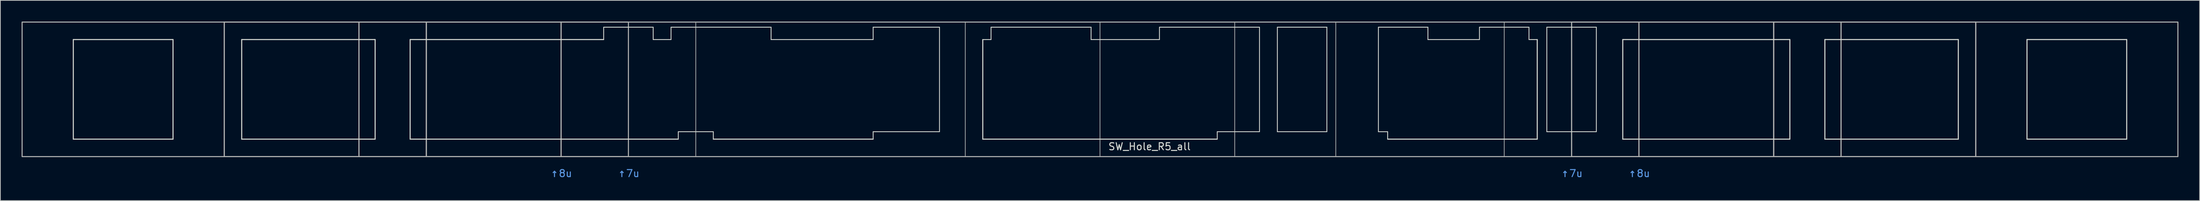
<source format=kicad_pcb>
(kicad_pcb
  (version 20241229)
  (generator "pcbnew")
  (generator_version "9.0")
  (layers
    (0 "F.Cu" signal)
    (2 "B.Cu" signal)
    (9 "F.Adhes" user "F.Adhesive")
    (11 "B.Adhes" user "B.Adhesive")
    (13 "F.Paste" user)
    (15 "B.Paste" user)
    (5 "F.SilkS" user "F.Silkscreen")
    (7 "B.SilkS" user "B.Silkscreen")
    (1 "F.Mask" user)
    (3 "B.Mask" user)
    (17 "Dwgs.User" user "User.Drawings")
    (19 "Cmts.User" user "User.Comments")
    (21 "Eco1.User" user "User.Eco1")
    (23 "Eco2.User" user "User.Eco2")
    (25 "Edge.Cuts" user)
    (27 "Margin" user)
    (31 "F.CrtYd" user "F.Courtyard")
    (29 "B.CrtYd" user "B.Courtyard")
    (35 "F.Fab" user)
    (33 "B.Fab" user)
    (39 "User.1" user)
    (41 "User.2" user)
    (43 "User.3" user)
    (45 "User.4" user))
  (footprint "SW_Hole_R5_all"
    (layer "F.Cu")
    (at 152.475 9.6)
    (property "Reference" "SW_Hole_R5_all" (at 7 8.1 0) (layer "Edge.Cuts") (effects (font (size 1 1) (thickness 0.15))))
    (attr through_hole)
    (fp_line (start -145.162 -7.05) (end -131.062 -7.05) (stroke (width 0.15) (type solid)) (layer "Edge.Cuts"))
    (fp_line (start -145.162 7.05) (end -145.162 -7.05) (stroke (width 0.15) (type solid)) (layer "Edge.Cuts"))
    (fp_line (start -131.062 -7.05) (end -131.062 7.05) (stroke (width 0.15) (type solid)) (layer "Edge.Cuts"))
    (fp_line (start -131.062 7.05) (end -145.162 7.05) (stroke (width 0.15) (type solid)) (layer "Edge.Cuts"))
    (fp_line (start -121.35 -7.05) (end -102.487 -7.05) (stroke (width 0.15) (type solid)) (layer "Edge.Cuts"))
    (fp_line (start -121.35 7.05) (end -121.35 -7.05) (stroke (width 0.15) (type solid)) (layer "Edge.Cuts"))
    (fp_line (start -102.487 -7.05) (end -102.487 7.05) (stroke (width 0.15) (type solid)) (layer "Edge.Cuts"))
    (fp_line (start -102.487 7.05) (end -121.35 7.05) (stroke (width 0.15) (type solid)) (layer "Edge.Cuts"))
    (fp_line (start -97.537 -7.05) (end -70.175 -7.05) (stroke (width 0.15) (type solid)) (layer "Edge.Cuts"))
    (fp_line (start -97.537 7.05) (end -97.537 -7.05) (stroke (width 0.15) (type solid)) (layer "Edge.Cuts"))
    (fp_line (start -70.175 -7.05) (end -70.175 -8.8) (stroke (width 0.12) (type solid)) (layer "Edge.Cuts"))
    (fp_line (start -63.175 -8.8) (end -70.175 -8.8) (stroke (width 0.12) (type solid)) (layer "Edge.Cuts"))
    (fp_line (start -63.175 -8.8) (end -63.175 -7.05) (stroke (width 0.12) (type solid)) (layer "Edge.Cuts"))
    (fp_line (start -60.65 -8.8) (end -60.65 -7.05) (stroke (width 0.12) (type solid)) (layer "Edge.Cuts"))
    (fp_line (start -60.65 -7.05) (end -63.175 -7.05) (stroke (width 0.12) (type solid)) (layer "Edge.Cuts"))
    (fp_line (start -59.625 6) (end -59.625 7.05) (stroke (width 0.12) (type solid)) (layer "Edge.Cuts"))
    (fp_line (start -59.625 6) (end -54.675 6) (stroke (width 0.12) (type solid)) (layer "Edge.Cuts"))
    (fp_line (start -59.625 7.05) (end -97.537 7.05) (stroke (width 0.15) (type solid)) (layer "Edge.Cuts"))
    (fp_line (start -54.675 6) (end -54.675 7.05) (stroke (width 0.12) (type solid)) (layer "Edge.Cuts"))
    (fp_line (start -46.506 -8.8) (end -60.65 -8.8) (stroke (width 0.12) (type solid)) (layer "Edge.Cuts"))
    (fp_line (start -46.506 -8.8) (end -46.506 -7.05) (stroke (width 0.12) (type solid)) (layer "Edge.Cuts"))
    (fp_line (start -32.075 -8.8) (end -32.075 -7.05) (stroke (width 0.12) (type solid)) (layer "Edge.Cuts"))
    (fp_line (start -32.075 -8.8) (end -22.694 -8.8) (stroke (width 0.12) (type solid)) (layer "Edge.Cuts"))
    (fp_line (start -32.075 -7.05) (end -46.506 -7.05) (stroke (width 0.12) (type solid)) (layer "Edge.Cuts"))
    (fp_line (start -32.075 6) (end -32.075 7.05) (stroke (width 0.12) (type solid)) (layer "Edge.Cuts"))
    (fp_line (start -32.075 7.05) (end -54.675 7.05) (stroke (width 0.15) (type solid)) (layer "Edge.Cuts"))
    (fp_line (start -22.694 -8.8) (end -22.694 6) (stroke (width 0.12) (type solid)) (layer "Edge.Cuts"))
    (fp_line (start -22.694 6) (end -32.075 6) (stroke (width 0.12) (type solid)) (layer "Edge.Cuts"))
    (fp_line (start -16.575 7.05) (end -16.575 -7.05) (stroke (width 0.15) (type solid)) (layer "Edge.Cuts"))
    (fp_line (start -16.575 7.05) (end 16.575 7.05) (stroke (width 0.15) (type solid)) (layer "Edge.Cuts"))
    (fp_line (start -15.406 -8.8) (end -1.262 -8.8) (stroke (width 0.12) (type solid)) (layer "Edge.Cuts"))
    (fp_line (start -15.406 -7.05) (end -16.575 -7.05) (stroke (width 0.12) (type solid)) (layer "Edge.Cuts"))
    (fp_line (start -15.406 -7.05) (end -15.406 -8.8) (stroke (width 0.12) (type solid)) (layer "Edge.Cuts"))
    (fp_line (start -1.262 -7.05) (end -1.262 -8.8) (stroke (width 0.12) (type solid)) (layer "Edge.Cuts"))
    (fp_line (start 8.406 -8.8) (end 22.55 -8.8) (stroke (width 0.12) (type solid)) (layer "Edge.Cuts"))
    (fp_line (start 8.406 -7.05) (end -1.262 -7.05) (stroke (width 0.12) (type solid)) (layer "Edge.Cuts"))
    (fp_line (start 8.406 -7.05) (end 8.406 -8.8) (stroke (width 0.12) (type solid)) (layer "Edge.Cuts"))
    (fp_line (start 16.575 6) (end 16.575 7.05) (stroke (width 0.12) (type solid)) (layer "Edge.Cuts"))
    (fp_line (start 16.575 6) (end 22.55 6) (stroke (width 0.12) (type solid)) (layer "Edge.Cuts"))
    (fp_line (start 22.55 -8.8) (end 22.55 6) (stroke (width 0.12) (type solid)) (layer "Edge.Cuts"))
    (fp_line (start 25.075 -8.8) (end 32.075 -8.8) (stroke (width 0.12) (type solid)) (layer "Edge.Cuts"))
    (fp_line (start 25.075 6) (end 25.075 -8.8) (stroke (width 0.12) (type solid)) (layer "Edge.Cuts"))
    (fp_line (start 32.075 -8.8) (end 32.075 6) (stroke (width 0.12) (type solid)) (layer "Edge.Cuts"))
    (fp_line (start 32.075 6) (end 25.075 6) (stroke (width 0.12) (type solid)) (layer "Edge.Cuts"))
    (fp_line (start 39.362 -8.8) (end 46.362 -8.8) (stroke (width 0.12) (type solid)) (layer "Edge.Cuts"))
    (fp_line (start 39.362 6) (end 39.362 -8.8) (stroke (width 0.12) (type solid)) (layer "Edge.Cuts"))
    (fp_line (start 40.669 6) (end 39.362 6) (stroke (width 0.12) (type solid)) (layer "Edge.Cuts"))
    (fp_line (start 40.669 6) (end 40.669 7.05) (stroke (width 0.12) (type solid)) (layer "Edge.Cuts"))
    (fp_line (start 46.362 -7.05) (end 46.362 -8.8) (stroke (width 0.12) (type solid)) (layer "Edge.Cuts"))
    (fp_line (start 53.65 -8.8) (end 53.65 -7.05) (stroke (width 0.12) (type solid)) (layer "Edge.Cuts"))
    (fp_line (start 53.65 -8.8) (end 60.65 -8.8) (stroke (width 0.12) (type solid)) (layer "Edge.Cuts"))
    (fp_line (start 53.65 -7.05) (end 46.362 -7.05) (stroke (width 0.12) (type solid)) (layer "Edge.Cuts"))
    (fp_line (start 60.65 -8.8) (end 60.65 -7.05) (stroke (width 0.12) (type solid)) (layer "Edge.Cuts"))
    (fp_line (start 61.819 -7.05) (end 60.65 -7.05) (stroke (width 0.12) (type solid)) (layer "Edge.Cuts"))
    (fp_line (start 61.819 -7.05) (end 61.819 7.05) (stroke (width 0.15) (type solid)) (layer "Edge.Cuts"))
    (fp_line (start 61.819 7.05) (end 40.669 7.05) (stroke (width 0.15) (type solid)) (layer "Edge.Cuts"))
    (fp_line (start 63.175 -8.8) (end 70.175 -8.8) (stroke (width 0.12) (type solid)) (layer "Edge.Cuts"))
    (fp_line (start 63.175 6) (end 63.175 -8.8) (stroke (width 0.12) (type solid)) (layer "Edge.Cuts"))
    (fp_line (start 70.175 -8.8) (end 70.175 6) (stroke (width 0.12) (type solid)) (layer "Edge.Cuts"))
    (fp_line (start 70.175 6) (end 63.175 6) (stroke (width 0.12) (type solid)) (layer "Edge.Cuts"))
    (fp_line (start 73.912 -7.05) (end 97.537 -7.05) (stroke (width 0.15) (type solid)) (layer "Edge.Cuts"))
    (fp_line (start 73.912 7.05) (end 73.912 -7.05) (stroke (width 0.15) (type solid)) (layer "Edge.Cuts"))
    (fp_line (start 97.537 -7.05) (end 97.537 7.05) (stroke (width 0.15) (type solid)) (layer "Edge.Cuts"))
    (fp_line (start 97.537 7.05) (end 73.912 7.05) (stroke (width 0.15) (type solid)) (layer "Edge.Cuts"))
    (fp_line (start 102.487 -7.05) (end 121.35 -7.05) (stroke (width 0.15) (type solid)) (layer "Edge.Cuts"))
    (fp_line (start 102.487 7.05) (end 102.487 -7.05) (stroke (width 0.15) (type solid)) (layer "Edge.Cuts"))
    (fp_line (start 121.35 -7.05) (end 121.35 7.05) (stroke (width 0.15) (type solid)) (layer "Edge.Cuts"))
    (fp_line (start 121.35 7.05) (end 102.487 7.05) (stroke (width 0.15) (type solid)) (layer "Edge.Cuts"))
    (fp_line (start 131.062 -7.05) (end 145.162 -7.05) (stroke (width 0.15) (type solid)) (layer "Edge.Cuts"))
    (fp_line (start 131.062 7.05) (end 131.062 -7.05) (stroke (width 0.15) (type solid)) (layer "Edge.Cuts"))
    (fp_line (start 145.162 -7.05) (end 145.162 7.05) (stroke (width 0.15) (type solid)) (layer "Edge.Cuts"))
    (fp_line (start 145.162 7.05) (end 131.062 7.05) (stroke (width 0.15) (type solid)) (layer "Edge.Cuts"))
    (fp_line (start -95.25 -9.525) (end -95.25 9.525) (stroke (width 0.15) (type solid)) (layer "F.Fab"))
    (fp_line (start -76.2 -9.525) (end -76.2 9.525) (stroke (width 0.15) (type solid)) (layer "F.Fab"))
    (fp_line (start -76.2 -9.525) (end -76.2 9.525) (stroke (width 0.15) (type solid)) (layer "F.Fab"))
    (fp_line (start -76.2 9.525) (end 76.2 9.525) (stroke (width 0.15) (type solid)) (layer "F.Fab"))
    (fp_line (start -57.15 -9.525) (end -57.15 9.525) (stroke (width 0.1) (type solid)) (layer "F.Fab"))
    (fp_line (start -19.05 -9.525) (end -19.05 9.525) (stroke (width 0.1) (type solid)) (layer "F.Fab"))
    (fp_line (start 0 -9.525) (end 0 9.525) (stroke (width 0.1) (type solid)) (layer "F.Fab"))
    (fp_line (start 19.05 -9.525) (end 19.05 9.525) (stroke (width 0.1) (type solid)) (layer "F.Fab"))
    (fp_line (start 33.337 -9.525) (end 33.337 9.525) (stroke (width 0.1) (type solid)) (layer "F.Fab"))
    (fp_line (start 57.15 -9.525) (end 57.15 9.525) (stroke (width 0.1) (type solid)) (layer "F.Fab"))
    (fp_line (start 66.675 9.525) (end 66.675 -9.525) (stroke (width 0.15) (type solid)) (layer "F.Fab"))
    (fp_line (start 76.2 -9.525) (end -76.2 -9.525) (stroke (width 0.15) (type solid)) (layer "F.Fab"))
    (fp_line (start 76.2 9.525) (end 76.2 -9.525) (stroke (width 0.15) (type solid)) (layer "F.Fab"))
    (fp_line (start 95.25 9.525) (end 95.25 -9.525) (stroke (width 0.15) (type solid)) (layer "F.Fab"))
    (fp_rect (start -123.825 -9.525) (end -152.4 9.525) (stroke (width 0.15) (type solid)) (fill no) (layer "F.Fab"))
    (fp_rect (start -104.775 -9.525) (end -123.825 9.525) (stroke (width 0.15) (type solid)) (fill no) (layer "F.Fab"))
    (fp_rect (start -95.25 -9.525) (end -123.825 9.525) (stroke (width 0.15) (type solid)) (fill no) (layer "F.Fab"))
    (fp_rect (start -76.2 -9.525) (end -104.775 9.525) (stroke (width 0.15) (type solid)) (fill no) (layer "F.Fab"))
    (fp_rect (start -66.675 -9.525) (end -95.25 9.525) (stroke (width 0.15) (type solid)) (fill no) (layer "F.Fab"))
    (fp_rect (start 66.675 9.525) (end 95.25 -9.525) (stroke (width 0.15) (type solid)) (fill no) (layer "F.Fab"))
    (fp_rect (start 76.2 9.525) (end 104.775 -9.525) (stroke (width 0.15) (type solid)) (fill no) (layer "F.Fab"))
    (fp_rect (start 95.25 9.525) (end 123.825 -9.525) (stroke (width 0.15) (type solid)) (fill no) (layer "F.Fab"))
    (fp_rect (start 104.775 9.525) (end 123.825 -9.525) (stroke (width 0.15) (type solid)) (fill no) (layer "F.Fab"))
    (fp_rect (start 123.825 9.525) (end 152.4 -9.525) (stroke (width 0.15) (type solid)) (fill no) (layer "F.Fab"))
    (fp_text user "↑8u" (at -76.2 11.906 0) (unlocked yes) (layer "Cmts.User") (effects (font (size 1 1) (thickness 0.15))))
    (fp_text user "↑7u" (at 66.675 11.906 0) (unlocked yes) (layer "Cmts.User") (effects (font (size 1 1) (thickness 0.15))))
    (fp_text user "↑7u" (at -66.675 11.906 0) (unlocked yes) (layer "Cmts.User") (effects (font (size 1 1) (thickness 0.15))))
    (fp_text user "↑8u" (at 76.2 11.906 0) (unlocked yes) (layer "Cmts.User") (effects (font (size 1 1) (thickness 0.15)))))
  (gr_rect
    (start -3 -3)
    (end 307.95 25.355)
    (stroke (width 0.1) (type default))
    (fill no)
    (layer "Edge.Cuts")))
</source>
